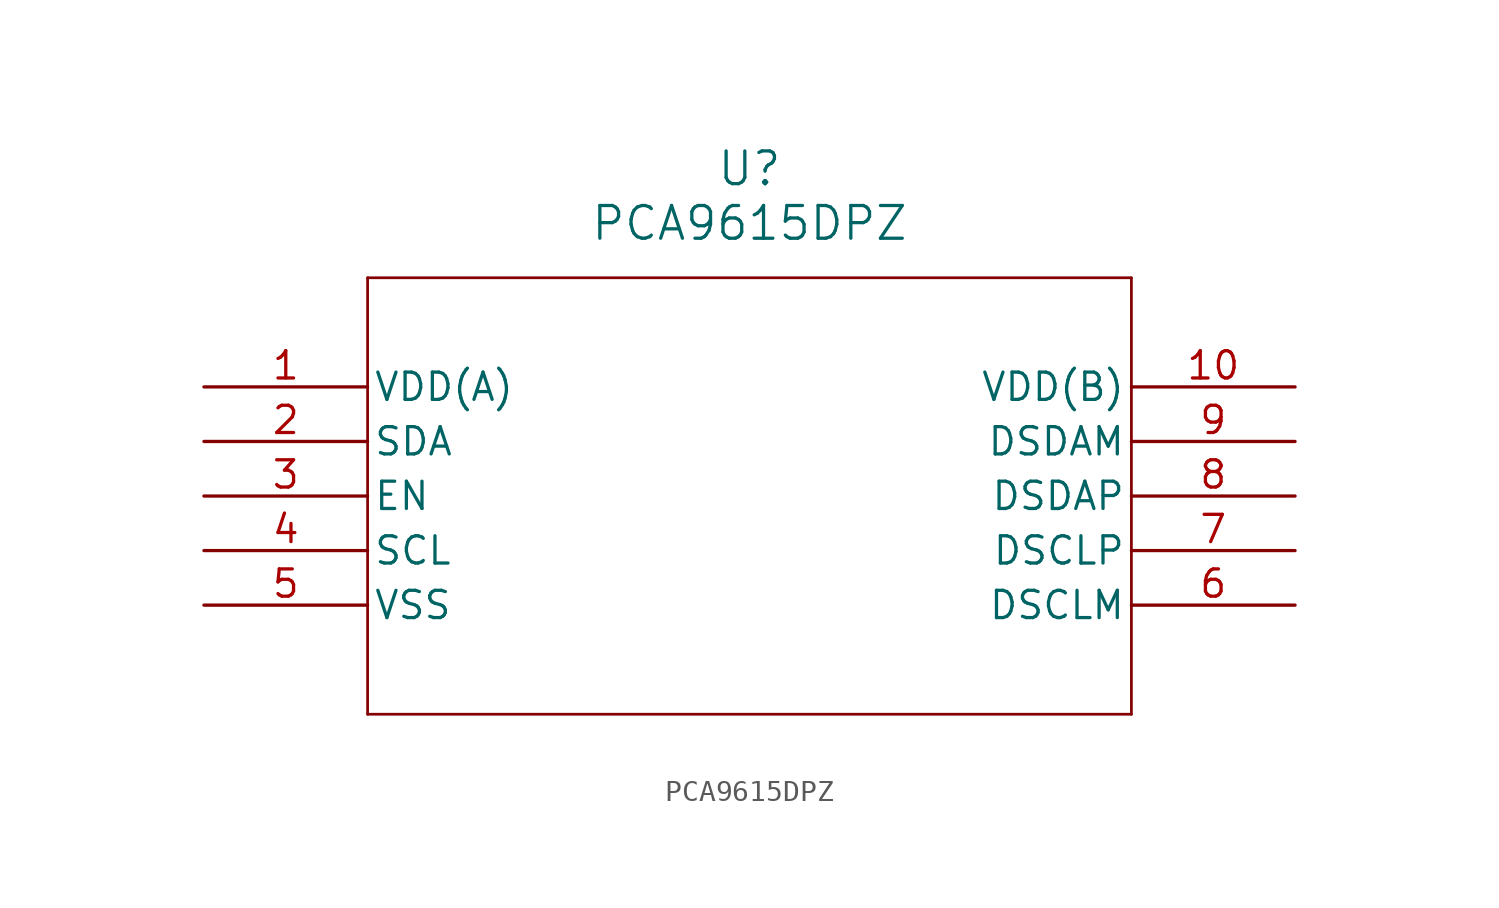
<source format=kicad_sym>
(kicad_symbol_lib
  (version 20211014)
  (generator kicad_symbol_editor)
  (symbol "PCA9615DPZ"
    (pin_names
      (offset 0.254))
    (property "Reference" "U"
      (at 25.4 10.16 0)
      (effects (font (size 1.524 1.524))))
    (property "Value" "PCA9615DPZ"
      (at 25.4 7.62 0)
      (effects (font (size 1.524 1.524))))
    (symbol "PCA9615DPZ_0_1"
      (polyline (pts (xy 7.62 5.08) (xy 7.62 -15.24)) (stroke (width 0.127) (type default) (color 0 0 0 0)) (fill (type none)))
      (polyline (pts (xy 7.62 -15.24) (xy 43.18 -15.24)) (stroke (width 0.127) (type default) (color 0 0 0 0)) (fill (type none)))
      (polyline (pts (xy 43.18 -15.24) (xy 43.18 5.08)) (stroke (width 0.127) (type default) (color 0 0 0 0)) (fill (type none)))
      (polyline (pts (xy 43.18 5.08) (xy 7.62 5.08)) (stroke (width 0.127) (type default) (color 0 0 0 0)) (fill (type none)))
      (pin power_in line (at 0 0 0) (length 7.62) (name "VDD(A)" (effects (font (size 1.27 1.27)))) (number "1" (effects (font (size 1.27 1.27)))))
      (pin bidirectional line (at 0 -2.54 0) (length 7.62) (name "SDA" (effects (font (size 1.27 1.27)))) (number "2" (effects (font (size 1.27 1.27)))))
      (pin input line (at 0 -5.08 0) (length 7.62) (name "EN" (effects (font (size 1.27 1.27)))) (number "3" (effects (font (size 1.27 1.27)))))
      (pin bidirectional line (at 0 -7.62 0) (length 7.62) (name "SCL" (effects (font (size 1.27 1.27)))) (number "4" (effects (font (size 1.27 1.27)))))
      (pin power_out line (at 0 -10.16 0) (length 7.62) (name "VSS" (effects (font (size 1.27 1.27)))) (number "5" (effects (font (size 1.27 1.27)))))
      (pin bidirectional line (at 50.8 -10.16 180) (length 7.62) (name "DSCLM" (effects (font (size 1.27 1.27)))) (number "6" (effects (font (size 1.27 1.27)))))
      (pin bidirectional line (at 50.8 -7.62 180) (length 7.62) (name "DSCLP" (effects (font (size 1.27 1.27)))) (number "7" (effects (font (size 1.27 1.27)))))
      (pin bidirectional line (at 50.8 -5.08 180) (length 7.62) (name "DSDAP" (effects (font (size 1.27 1.27)))) (number "8" (effects (font (size 1.27 1.27)))))
      (pin bidirectional line (at 50.8 -2.54 180) (length 7.62) (name "DSDAM" (effects (font (size 1.27 1.27)))) (number "9" (effects (font (size 1.27 1.27)))))
      (pin power_in line (at 50.8 0 180) (length 7.62) (name "VDD(B)" (effects (font (size 1.27 1.27)))) (number "10" (effects (font (size 1.27 1.27))))))))
</source>
